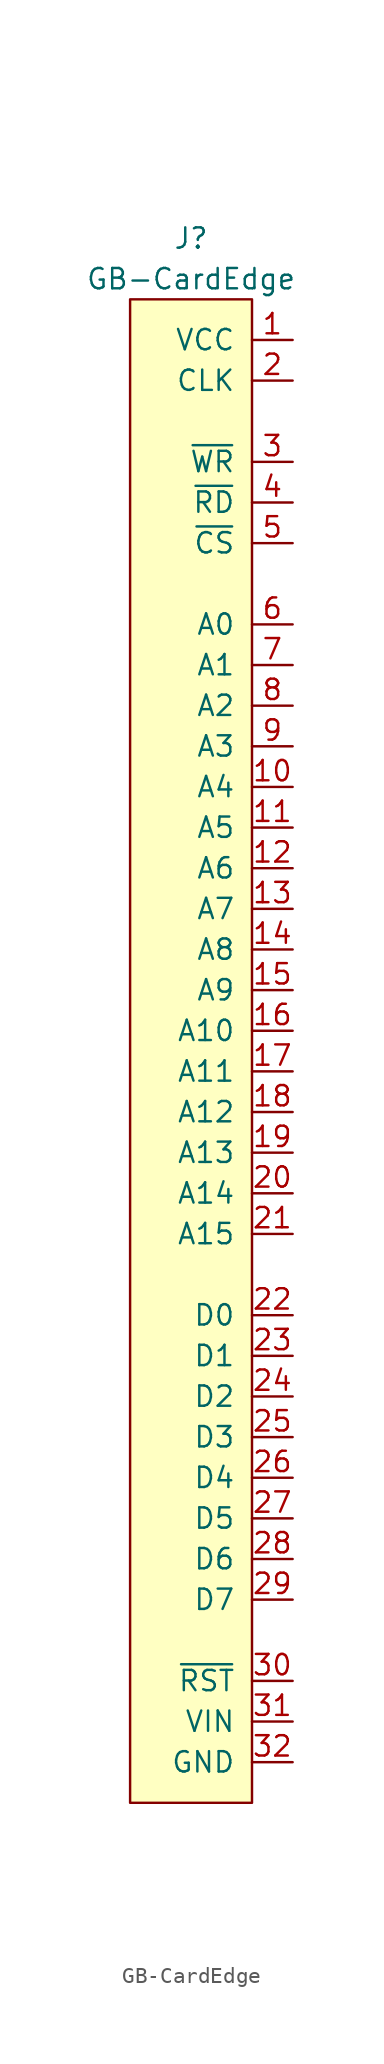
<source format=kicad_sym>
(kicad_symbol_lib
  (version 20211014)
  (generator kicad_symbol_editor)
  (symbol "GB-CardEdge"
    (pin_names
      (offset 1.016))
    (property "Reference" "J"
      (at 0 50.8 0)
      (effects (font (size 1.27 1.27))))
    (property "Value" "GB-CardEdge"
      (at 0 48.26 0)
      (effects (font (size 1.27 1.27))))
    (symbol "GB-CardEdge_0_1"
      (rectangle (start 3.81 46.99) (end -3.81 -46.99) (stroke (width 0) (type default) (color 0 0 0 0)) (fill (type background))))
    (symbol "GB-CardEdge_1_1"
      (pin power_out line (at 6.35 44.45 180) (length 2.54) (name "VCC" (effects (font (size 1.27 1.27)))) (number "1" (effects (font (size 1.27 1.27)))))
      (pin output line (at 6.35 16.51 180) (length 2.54) (name "A4" (effects (font (size 1.27 1.27)))) (number "10" (effects (font (size 1.27 1.27)))))
      (pin output line (at 6.35 13.97 180) (length 2.54) (name "A5" (effects (font (size 1.27 1.27)))) (number "11" (effects (font (size 1.27 1.27)))))
      (pin output line (at 6.35 11.43 180) (length 2.54) (name "A6" (effects (font (size 1.27 1.27)))) (number "12" (effects (font (size 1.27 1.27)))))
      (pin output line (at 6.35 8.89 180) (length 2.54) (name "A7" (effects (font (size 1.27 1.27)))) (number "13" (effects (font (size 1.27 1.27)))))
      (pin output line (at 6.35 6.35 180) (length 2.54) (name "A8" (effects (font (size 1.27 1.27)))) (number "14" (effects (font (size 1.27 1.27)))))
      (pin output line (at 6.35 3.81 180) (length 2.54) (name "A9" (effects (font (size 1.27 1.27)))) (number "15" (effects (font (size 1.27 1.27)))))
      (pin output line (at 6.35 1.27 180) (length 2.54) (name "A10" (effects (font (size 1.27 1.27)))) (number "16" (effects (font (size 1.27 1.27)))))
      (pin output line (at 6.35 -1.27 180) (length 2.54) (name "A11" (effects (font (size 1.27 1.27)))) (number "17" (effects (font (size 1.27 1.27)))))
      (pin output line (at 6.35 -3.81 180) (length 2.54) (name "A12" (effects (font (size 1.27 1.27)))) (number "18" (effects (font (size 1.27 1.27)))))
      (pin output line (at 6.35 -6.35 180) (length 2.54) (name "A13" (effects (font (size 1.27 1.27)))) (number "19" (effects (font (size 1.27 1.27)))))
      (pin output line (at 6.35 41.91 180) (length 2.54) (name "CLK" (effects (font (size 1.27 1.27)))) (number "2" (effects (font (size 1.27 1.27)))))
      (pin output line (at 6.35 -8.89 180) (length 2.54) (name "A14" (effects (font (size 1.27 1.27)))) (number "20" (effects (font (size 1.27 1.27)))))
      (pin output line (at 6.35 -11.43 180) (length 2.54) (name "A15" (effects (font (size 1.27 1.27)))) (number "21" (effects (font (size 1.27 1.27)))))
      (pin tri_state line (at 6.35 -16.51 180) (length 2.54) (name "D0" (effects (font (size 1.27 1.27)))) (number "22" (effects (font (size 1.27 1.27)))))
      (pin tri_state line (at 6.35 -19.05 180) (length 2.54) (name "D1" (effects (font (size 1.27 1.27)))) (number "23" (effects (font (size 1.27 1.27)))))
      (pin tri_state line (at 6.35 -21.59 180) (length 2.54) (name "D2" (effects (font (size 1.27 1.27)))) (number "24" (effects (font (size 1.27 1.27)))))
      (pin tri_state line (at 6.35 -24.13 180) (length 2.54) (name "D3" (effects (font (size 1.27 1.27)))) (number "25" (effects (font (size 1.27 1.27)))))
      (pin tri_state line (at 6.35 -26.67 180) (length 2.54) (name "D4" (effects (font (size 1.27 1.27)))) (number "26" (effects (font (size 1.27 1.27)))))
      (pin tri_state line (at 6.35 -29.21 180) (length 2.54) (name "D5" (effects (font (size 1.27 1.27)))) (number "27" (effects (font (size 1.27 1.27)))))
      (pin tri_state line (at 6.35 -31.75 180) (length 2.54) (name "D6" (effects (font (size 1.27 1.27)))) (number "28" (effects (font (size 1.27 1.27)))))
      (pin tri_state line (at 6.35 -34.29 180) (length 2.54) (name "D7" (effects (font (size 1.27 1.27)))) (number "29" (effects (font (size 1.27 1.27)))))
      (pin output line (at 6.35 36.83 180) (length 2.54) (name "~{WR}" (effects (font (size 1.27 1.27)))) (number "3" (effects (font (size 1.27 1.27)))))
      (pin input line (at 6.35 -39.37 180) (length 2.54) (name "~{RST}" (effects (font (size 1.27 1.27)))) (number "30" (effects (font (size 1.27 1.27)))))
      (pin input line (at 6.35 -41.91 180) (length 2.54) (name "VIN" (effects (font (size 1.27 1.27)))) (number "31" (effects (font (size 1.27 1.27)))))
      (pin power_out line (at 6.35 -44.45 180) (length 2.54) (name "GND" (effects (font (size 1.27 1.27)))) (number "32" (effects (font (size 1.27 1.27)))))
      (pin output line (at 6.35 34.29 180) (length 2.54) (name "~{RD}" (effects (font (size 1.27 1.27)))) (number "4" (effects (font (size 1.27 1.27)))))
      (pin output line (at 6.35 31.75 180) (length 2.54) (name "~{CS}" (effects (font (size 1.27 1.27)))) (number "5" (effects (font (size 1.27 1.27)))))
      (pin output line (at 6.35 26.67 180) (length 2.54) (name "A0" (effects (font (size 1.27 1.27)))) (number "6" (effects (font (size 1.27 1.27)))))
      (pin output line (at 6.35 24.13 180) (length 2.54) (name "A1" (effects (font (size 1.27 1.27)))) (number "7" (effects (font (size 1.27 1.27)))))
      (pin output line (at 6.35 21.59 180) (length 2.54) (name "A2" (effects (font (size 1.27 1.27)))) (number "8" (effects (font (size 1.27 1.27)))))
      (pin output line (at 6.35 19.05 180) (length 2.54) (name "A3" (effects (font (size 1.27 1.27)))) (number "9" (effects (font (size 1.27 1.27))))))))
</source>
